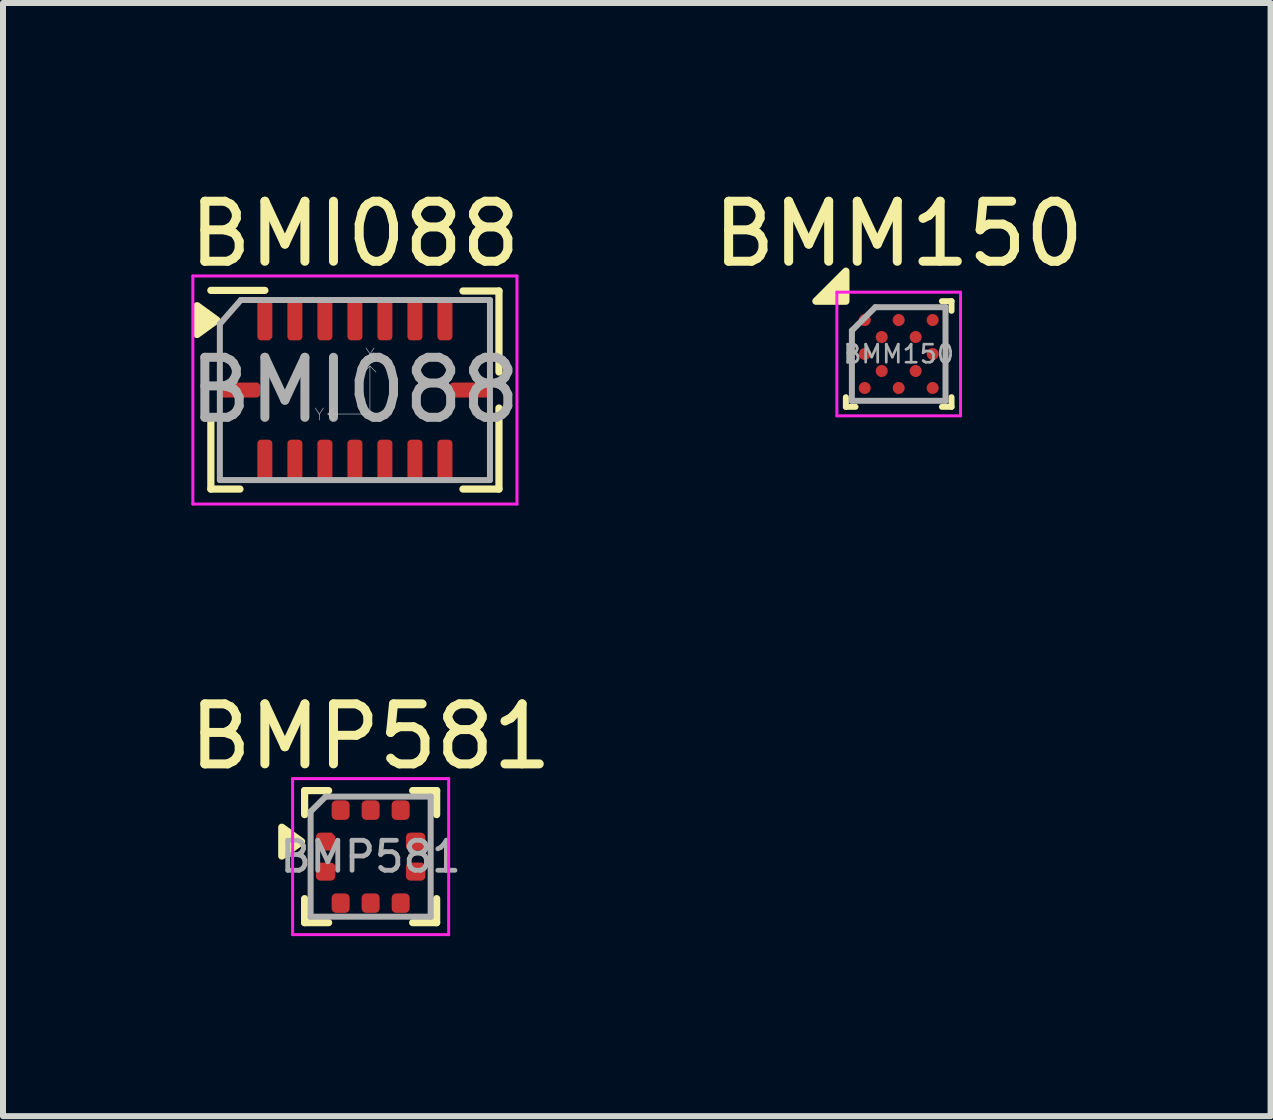
<source format=kicad_pcb>
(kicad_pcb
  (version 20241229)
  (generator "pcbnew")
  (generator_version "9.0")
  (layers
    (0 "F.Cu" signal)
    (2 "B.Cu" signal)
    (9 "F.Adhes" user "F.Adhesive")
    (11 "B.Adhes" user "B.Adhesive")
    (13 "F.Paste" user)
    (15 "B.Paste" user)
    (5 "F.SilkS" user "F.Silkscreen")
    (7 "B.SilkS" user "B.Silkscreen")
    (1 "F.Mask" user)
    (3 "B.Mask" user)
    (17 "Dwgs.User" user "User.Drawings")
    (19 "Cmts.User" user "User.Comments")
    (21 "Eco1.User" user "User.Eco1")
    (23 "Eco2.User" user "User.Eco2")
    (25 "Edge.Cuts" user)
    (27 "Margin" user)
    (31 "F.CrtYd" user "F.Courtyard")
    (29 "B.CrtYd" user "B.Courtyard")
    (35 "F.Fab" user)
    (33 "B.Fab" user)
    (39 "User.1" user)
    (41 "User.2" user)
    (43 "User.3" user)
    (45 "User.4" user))
  (footprint "BMI088"
    (layer "F.Cu")
    (at 2.863 3.448)
    (property "Reference" "BMI088" (at 0 -2.6 0) (layer "F.SilkS") (effects (font (size 1 1) (thickness 0.15))))
    (attr smd)
    (fp_line (start -2.4 -1.66) (end -1.5 -1.66) (stroke (width 0.12) (type solid)) (layer "F.SilkS"))
    (fp_line (start -2.4 1.65) (end -2.4 0.5) (stroke (width 0.12) (type solid)) (layer "F.SilkS"))
    (fp_line (start -1.915 1.65) (end -2.4 1.65) (stroke (width 0.12) (type solid)) (layer "F.SilkS"))
    (fp_line (start 1.8 -1.65) (end 2.4 -1.65) (stroke (width 0.12) (type solid)) (layer "F.SilkS"))
    (fp_line (start 1.8 1.65) (end 2.4 1.65) (stroke (width 0.12) (type solid)) (layer "F.SilkS"))
    (fp_line (start 2.4 -1.65) (end 2.4 -0.3) (stroke (width 0.12) (type solid)) (layer "F.SilkS"))
    (fp_line (start 2.4 1.65) (end 2.4 0.3) (stroke (width 0.12) (type solid)) (layer "F.SilkS"))
    (fp_poly (pts (xy -2.3 -1.165) (xy -2.63 -1.405) (xy -2.63 -0.925) (xy -2.3 -1.165)) (stroke (width 0.12) (type solid)) (fill yes) (layer "F.SilkS"))
    (fp_line (start -0.45 0.4) (end -0.35 0.3) (stroke (width 0.01) (type solid)) (layer "Dwgs.User"))
    (fp_line (start -0.45 0.4) (end -0.35 0.5) (stroke (width 0.01) (type solid)) (layer "Dwgs.User"))
    (fp_line (start -0.45 0.4) (end 0.25 0.4) (stroke (width 0.01) (type solid)) (layer "Dwgs.User"))
    (fp_line (start 0.25 -0.4) (end 0.15 -0.3) (stroke (width 0.01) (type solid)) (layer "Dwgs.User"))
    (fp_line (start 0.25 -0.4) (end 0.35 -0.3) (stroke (width 0.01) (type solid)) (layer "Dwgs.User"))
    (fp_line (start 0.25 0.4) (end 0.25 -0.4) (stroke (width 0.01) (type solid)) (layer "Dwgs.User"))
    (fp_line (start -2.7 -1.9) (end 2.7 -1.9) (stroke (width 0.05) (type solid)) (layer "F.CrtYd"))
    (fp_line (start -2.7 1.9) (end -2.7 -1.9) (stroke (width 0.05) (type solid)) (layer "F.CrtYd"))
    (fp_line (start 2.7 -1.9) (end 2.7 1.9) (stroke (width 0.05) (type solid)) (layer "F.CrtYd"))
    (fp_line (start 2.7 1.9) (end -2.7 1.9) (stroke (width 0.05) (type solid)) (layer "F.CrtYd"))
    (fp_line (start -2.25 -1.1) (end -1.9 -1.5) (stroke (width 0.1) (type default)) (layer "F.Fab"))
    (fp_line (start -2.25 1.5) (end -2.25 -1.1) (stroke (width 0.1) (type solid)) (layer "F.Fab"))
    (fp_line (start -1.9 -1.5) (end 2.25 -1.5) (stroke (width 0.1) (type solid)) (layer "F.Fab"))
    (fp_line (start 2.25 -1.5) (end 2.25 1.5) (stroke (width 0.1) (type solid)) (layer "F.Fab"))
    (fp_line (start 2.25 1.5) (end -2.25 1.5) (stroke (width 0.1) (type solid)) (layer "F.Fab"))
    (fp_text user "Y" (at -0.685 0.525 0) (unlocked yes) (layer "Dwgs.User") (effects (font (size 0.2 0.2) (thickness 0.01)) (justify left bottom)))
    (fp_text user "X" (at 0.15 -0.475 0) (unlocked yes) (layer "Dwgs.User") (effects (font (size 0.2 0.2) (thickness 0.01)) (justify left bottom)))
    (fp_text user "${REFERENCE}" (at 0 0 0) (layer "F.Fab") (effects (font (size 1 1) (thickness 0.15))))
    (pad "1" smd roundrect (at -1.5 -1.165) (size 0.25 0.675) (layers "F.Cu" "F.Mask" "F.Paste") (roundrect_rratio 0.25) (chamfer_ratio 0.2) (chamfer bottom_right))
    (pad "2" smd roundrect (at -1 -1.165) (size 0.25 0.675) (layers "F.Cu" "F.Mask" "F.Paste") (roundrect_rratio 0.25))
    (pad "3" smd roundrect (at -0.5 -1.165) (size 0.25 0.675) (layers "F.Cu" "F.Mask" "F.Paste") (roundrect_rratio 0.25))
    (pad "4" smd roundrect (at 0 -1.165) (size 0.25 0.675) (layers "F.Cu" "F.Mask" "F.Paste") (roundrect_rratio 0.25))
    (pad "5" smd roundrect (at 0.5 -1.165) (size 0.25 0.675) (layers "F.Cu" "F.Mask" "F.Paste") (roundrect_rratio 0.25))
    (pad "6" smd roundrect (at 1 -1.165) (size 0.25 0.675) (layers "F.Cu" "F.Mask" "F.Paste") (roundrect_rratio 0.25))
    (pad "7" smd roundrect (at 1.5 -1.165) (size 0.25 0.675) (layers "F.Cu" "F.Mask" "F.Paste") (roundrect_rratio 0.25))
    (pad "8" smd roundrect (at 1.915 0 90) (size 0.25 0.675) (layers "F.Cu" "F.Mask" "F.Paste") (roundrect_rratio 0.25))
    (pad "9" smd roundrect (at 1.5 1.165) (size 0.25 0.675) (layers "F.Cu" "F.Mask" "F.Paste") (roundrect_rratio 0.25))
    (pad "10" smd roundrect (at 1 1.165) (size 0.25 0.675) (layers "F.Cu" "F.Mask" "F.Paste") (roundrect_rratio 0.25))
    (pad "11" smd roundrect (at 0.5 1.165) (size 0.25 0.675) (layers "F.Cu" "F.Mask" "F.Paste") (roundrect_rratio 0.25))
    (pad "12" smd roundrect (at 0 1.165) (size 0.25 0.675) (layers "F.Cu" "F.Mask" "F.Paste") (roundrect_rratio 0.25))
    (pad "13" smd roundrect (at -0.5 1.165) (size 0.25 0.675) (layers "F.Cu" "F.Mask" "F.Paste") (roundrect_rratio 0.25))
    (pad "14" smd roundrect (at -1 1.165) (size 0.25 0.675) (layers "F.Cu" "F.Mask" "F.Paste") (roundrect_rratio 0.25))
    (pad "15" smd roundrect (at -1.5 1.165) (size 0.25 0.675) (layers "F.Cu" "F.Mask" "F.Paste") (roundrect_rratio 0.25))
    (pad "16" smd roundrect (at -1.915 0 90) (size 0.25 0.675) (layers "F.Cu" "F.Mask" "F.Paste") (roundrect_rratio 0.25)))
  (footprint "BMM150"
    (layer "F.Cu")
    (at 11.923 2.848)
    (property "Reference" "BMM150" (at 0 -2 0) (layer "F.SilkS") (effects (font (size 1 1) (thickness 0.15))))
    (attr smd)
    (fp_line (start -0.88 0.88) (end -0.88 0.72) (stroke (width 0.1) (type solid)) (layer "F.SilkS"))
    (fp_line (start -0.88 0.88) (end -0.72 0.88) (stroke (width 0.1) (type solid)) (layer "F.SilkS"))
    (fp_line (start 0.88 -0.88) (end 0.72 -0.88) (stroke (width 0.1) (type solid)) (layer "F.SilkS"))
    (fp_line (start 0.88 -0.88) (end 0.88 -0.72) (stroke (width 0.1) (type solid)) (layer "F.SilkS"))
    (fp_line (start 0.88 0.88) (end 0.72 0.88) (stroke (width 0.1) (type solid)) (layer "F.SilkS"))
    (fp_line (start 0.88 0.88) (end 0.88 0.72) (stroke (width 0.1) (type solid)) (layer "F.SilkS"))
    (fp_poly (pts (xy -0.88 -0.88) (xy -1.38 -0.88) (xy -0.88 -1.38) (xy -0.88 -0.88)) (stroke (width 0.12) (type solid)) (fill yes) (layer "F.SilkS"))
    (fp_line (start -1.03 -1.03) (end -1.03 1.03) (stroke (width 0.05) (type solid)) (layer "F.CrtYd"))
    (fp_line (start -1.03 -1.03) (end 1.03 -1.03) (stroke (width 0.05) (type solid)) (layer "F.CrtYd"))
    (fp_line (start -1.03 1.03) (end 1.03 1.03) (stroke (width 0.05) (type solid)) (layer "F.CrtYd"))
    (fp_line (start 1.03 -1.03) (end 1.03 1.03) (stroke (width 0.05) (type solid)) (layer "F.CrtYd"))
    (fp_line (start -0.78 -0.39) (end -0.39 -0.78) (stroke (width 0.1) (type solid)) (layer "F.Fab"))
    (fp_line (start -0.78 0.78) (end -0.78 -0.39) (stroke (width 0.1) (type solid)) (layer "F.Fab"))
    (fp_line (start -0.39 -0.78) (end 0.78 -0.78) (stroke (width 0.1) (type solid)) (layer "F.Fab"))
    (fp_line (start 0.78 0.78) (end -0.78 0.78) (stroke (width 0.1) (type solid)) (layer "F.Fab"))
    (fp_line (start 0.78 0.78) (end 0.78 -0.78) (stroke (width 0.1) (type solid)) (layer "F.Fab"))
    (fp_text user "${REFERENCE}" (at 0 0 0) (layer "F.Fab") (effects (font (size 0.3 0.3) (thickness 0.045))))
    (pad "A1" smd circle (at -0.566 -0.566) (size 0.2 0.2) (property pad_prop_bga) (layers "F.Cu" "F.Mask" "F.Paste"))
    (pad "A3" smd circle (at 0 -0.566) (size 0.2 0.2) (property pad_prop_bga) (layers "F.Cu" "F.Mask" "F.Paste"))
    (pad "A5" smd circle (at 0.566 -0.566) (size 0.2 0.2) (property pad_prop_bga) (layers "F.Cu" "F.Mask" "F.Paste"))
    (pad "B2" smd circle (at -0.283 -0.283) (size 0.2 0.2) (property pad_prop_bga) (layers "F.Cu" "F.Mask" "F.Paste"))
    (pad "B4" smd circle (at 0.283 -0.283) (size 0.2 0.2) (property pad_prop_bga) (layers "F.Cu" "F.Mask" "F.Paste"))
    (pad "C1" smd circle (at -0.566 0) (size 0.2 0.2) (property pad_prop_bga) (layers "F.Cu" "F.Mask" "F.Paste"))
    (pad "C5" smd circle (at 0.566 0) (size 0.2 0.2) (property pad_prop_bga) (layers "F.Cu" "F.Mask" "F.Paste"))
    (pad "D2" smd circle (at -0.283 0.283) (size 0.2 0.2) (property pad_prop_bga) (layers "F.Cu" "F.Mask" "F.Paste"))
    (pad "D4" smd circle (at 0.283 0.283) (size 0.2 0.2) (property pad_prop_bga) (layers "F.Cu" "F.Mask" "F.Paste"))
    (pad "E1" smd circle (at -0.566 0.566) (size 0.2 0.2) (property pad_prop_bga) (layers "F.Cu" "F.Mask" "F.Paste"))
    (pad "E3" smd circle (at 0 0.566) (size 0.2 0.2) (property pad_prop_bga) (layers "F.Cu" "F.Mask" "F.Paste"))
    (pad "E5" smd circle (at 0.566 0.566) (size 0.2 0.2) (property pad_prop_bga) (layers "F.Cu" "F.Mask" "F.Paste")))
  (footprint "BMP581"
    (layer "F.Cu")
    (at 3.125 11.222)
    (property "Reference" "BMP581" (at 0 -2 0) (layer "F.SilkS") (effects (font (size 1 1) (thickness 0.15))))
    (attr smd)
    (fp_line (start -1.1 -1.1) (end -0.7 -1.1) (stroke (width 0.12) (type default)) (layer "F.SilkS"))
    (fp_line (start -1.1 -0.7) (end -1.1 -1.1) (stroke (width 0.12) (type default)) (layer "F.SilkS"))
    (fp_line (start -1.1 1.1) (end -1.1 0.7) (stroke (width 0.12) (type default)) (layer "F.SilkS"))
    (fp_line (start -0.7 1.1) (end -1.1 1.1) (stroke (width 0.12) (type default)) (layer "F.SilkS"))
    (fp_line (start 0.7 -1.1) (end 1.1 -1.1) (stroke (width 0.12) (type default)) (layer "F.SilkS"))
    (fp_line (start 1.1 -1.1) (end 1.1 -0.7) (stroke (width 0.12) (type default)) (layer "F.SilkS"))
    (fp_line (start 1.1 0.7) (end 1.1 1.1) (stroke (width 0.12) (type default)) (layer "F.SilkS"))
    (fp_line (start 1.1 1.1) (end 0.7 1.1) (stroke (width 0.12) (type default)) (layer "F.SilkS"))
    (fp_poly (pts (xy -1.15 -0.25) (xy -1.48 -0.01) (xy -1.48 -0.49) (xy -1.15 -0.25)) (stroke (width 0.12) (type solid)) (fill yes) (layer "F.SilkS"))
    (fp_line (start -1.3 -1.3) (end 1.3 -1.3) (stroke (width 0.05) (type solid)) (layer "F.CrtYd"))
    (fp_line (start -1.3 1.3) (end -1.3 -1.3) (stroke (width 0.05) (type solid)) (layer "F.CrtYd"))
    (fp_line (start 1.3 -1.3) (end 1.3 1.3) (stroke (width 0.05) (type solid)) (layer "F.CrtYd"))
    (fp_line (start 1.3 1.3) (end -1.3 1.3) (stroke (width 0.05) (type solid)) (layer "F.CrtYd"))
    (fp_line (start -1 -0.75) (end -0.75 -1) (stroke (width 0.1) (type default)) (layer "F.Fab"))
    (fp_line (start -1 1) (end -1 -0.75) (stroke (width 0.1) (type solid)) (layer "F.Fab"))
    (fp_line (start -0.75 -1) (end 1 -1) (stroke (width 0.1) (type solid)) (layer "F.Fab"))
    (fp_line (start 1 -1) (end 1 1) (stroke (width 0.1) (type solid)) (layer "F.Fab"))
    (fp_line (start 1 1) (end -1 1) (stroke (width 0.1) (type solid)) (layer "F.Fab"))
    (fp_text user "${REFERENCE}" (at 0 0 0) (layer "F.Fab") (effects (font (size 0.5 0.5) (thickness 0.08))))
    (pad "1" smd roundrect (at -0.75 -0.25 90) (size 0.3 0.325) (layers "F.Cu" "F.Mask" "F.Paste") (roundrect_rratio 0.25) (chamfer_ratio 0.2) (chamfer bottom_right))
    (pad "2" smd roundrect (at -0.75 0.25 90) (size 0.3 0.325) (layers "F.Cu" "F.Mask" "F.Paste") (roundrect_rratio 0.25))
    (pad "3" smd roundrect (at -0.5 0.775) (size 0.3 0.325) (layers "F.Cu" "F.Mask" "F.Paste") (roundrect_rratio 0.25))
    (pad "4" smd roundrect (at 0 0.775) (size 0.3 0.325) (layers "F.Cu" "F.Mask" "F.Paste") (roundrect_rratio 0.25))
    (pad "5" smd roundrect (at 0.5 0.775) (size 0.3 0.325) (layers "F.Cu" "F.Mask" "F.Paste") (roundrect_rratio 0.25))
    (pad "6" smd roundrect (at 0.75 0.25 90) (size 0.3 0.325) (layers "F.Cu" "F.Mask" "F.Paste") (roundrect_rratio 0.25))
    (pad "7" smd roundrect (at 0.75 -0.25 90) (size 0.3 0.325) (layers "F.Cu" "F.Mask" "F.Paste") (roundrect_rratio 0.25))
    (pad "8" smd roundrect (at 0.5 -0.775) (size 0.3 0.325) (layers "F.Cu" "F.Mask" "F.Paste") (roundrect_rratio 0.25))
    (pad "9" smd roundrect (at 0 -0.775) (size 0.3 0.325) (layers "F.Cu" "F.Mask" "F.Paste") (roundrect_rratio 0.25))
    (pad "10" smd roundrect (at -0.5 -0.775) (size 0.3 0.325) (layers "F.Cu" "F.Mask" "F.Paste") (roundrect_rratio 0.25)))
  (gr_rect
    (start -3 -3)
    (end 18.119 15.546)
    (stroke (width 0.1) (type default))
    (fill no)
    (layer "Edge.Cuts")))
</source>
